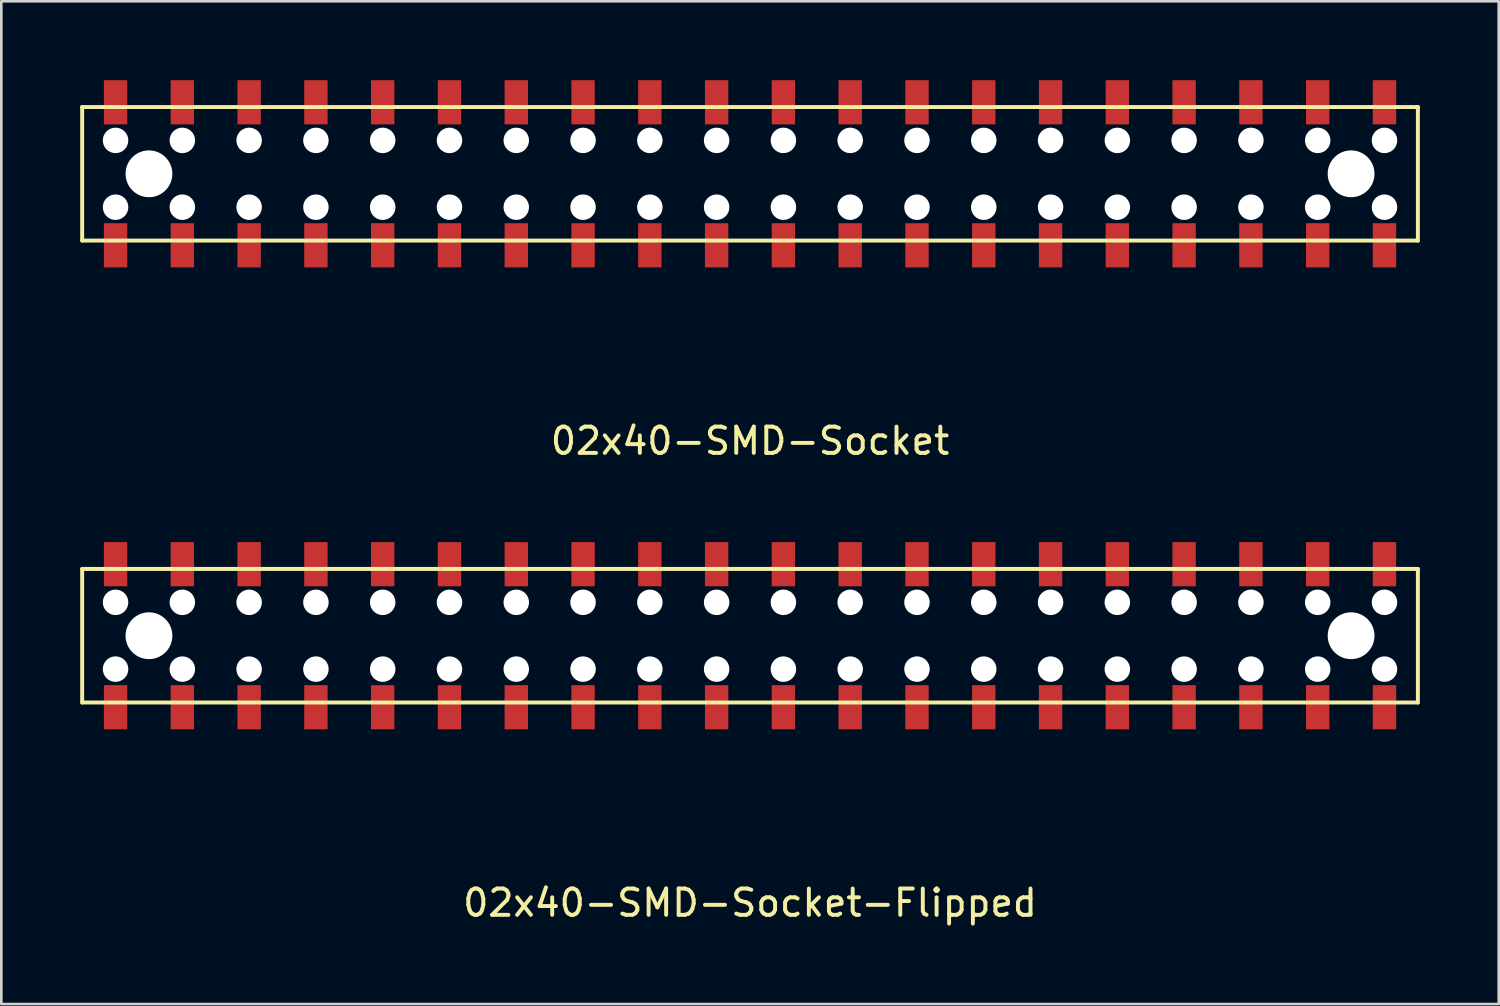
<source format=kicad_pcb>
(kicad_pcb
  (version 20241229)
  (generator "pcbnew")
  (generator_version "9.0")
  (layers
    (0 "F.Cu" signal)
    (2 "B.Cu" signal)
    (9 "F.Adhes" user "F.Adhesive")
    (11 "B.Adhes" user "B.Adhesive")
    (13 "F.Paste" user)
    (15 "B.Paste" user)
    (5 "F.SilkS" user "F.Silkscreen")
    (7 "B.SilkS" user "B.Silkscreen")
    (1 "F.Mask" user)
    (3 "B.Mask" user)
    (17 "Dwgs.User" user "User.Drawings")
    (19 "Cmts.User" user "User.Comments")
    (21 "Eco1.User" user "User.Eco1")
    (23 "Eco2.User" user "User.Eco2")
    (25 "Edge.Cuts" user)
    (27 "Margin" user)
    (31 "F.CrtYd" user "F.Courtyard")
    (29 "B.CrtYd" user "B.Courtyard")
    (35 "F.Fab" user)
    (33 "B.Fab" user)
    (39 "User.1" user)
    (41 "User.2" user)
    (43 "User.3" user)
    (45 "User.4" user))
  (footprint "02x40-SMD-Socket-Flipped"
    (layer "F.Cu")
    (at 25.475 21.128)
    (property "Reference" "02x40-SMD-Socket-Flipped" (at 0 10.16 0) (layer "F.SilkS") (effects (font (size 1 1) (thickness 0.15))))
    (attr through_hole)
    (fp_line (start -25.4 -2.54) (end -25.4 2.54) (stroke (width 0.15) (type solid)) (layer "F.SilkS"))
    (fp_line (start -25.4 -2.54) (end 25.4 -2.54) (stroke (width 0.15) (type solid)) (layer "F.SilkS"))
    (fp_line (start 25.4 2.54) (end -25.4 2.54) (stroke (width 0.15) (type solid)) (layer "F.SilkS"))
    (fp_line (start 25.4 2.54) (end 25.4 -2.54) (stroke (width 0.15) (type solid)) (layer "F.SilkS"))
    (pad "" np_thru_hole circle (at -24.13 -1.27) (size 0.97 0.97) (drill 0.97) (layers "*.Cu" "*.Mask"))
    (pad "" np_thru_hole circle (at -24.13 1.27) (size 0.97 0.97) (drill 0.97) (layers "*.Cu" "*.Mask"))
    (pad "" np_thru_hole circle (at -22.86 0) (size 1.78 1.78) (drill 1.78) (layers "*.Cu" "*.Mask"))
    (pad "" np_thru_hole circle (at -21.59 -1.27) (size 0.97 0.97) (drill 0.97) (layers "*.Cu" "*.Mask"))
    (pad "" np_thru_hole circle (at -21.59 1.27) (size 0.97 0.97) (drill 0.97) (layers "*.Cu" "*.Mask"))
    (pad "" np_thru_hole circle (at -19.05 -1.27) (size 0.97 0.97) (drill 0.97) (layers "*.Cu" "*.Mask"))
    (pad "" np_thru_hole circle (at -19.05 1.27) (size 0.97 0.97) (drill 0.97) (layers "*.Cu" "*.Mask"))
    (pad "" np_thru_hole circle (at -16.51 -1.27) (size 0.97 0.97) (drill 0.97) (layers "*.Cu" "*.Mask"))
    (pad "" np_thru_hole circle (at -16.51 1.27) (size 0.97 0.97) (drill 0.97) (layers "*.Cu" "*.Mask"))
    (pad "" np_thru_hole circle (at -13.97 -1.27) (size 0.97 0.97) (drill 0.97) (layers "*.Cu" "*.Mask"))
    (pad "" np_thru_hole circle (at -13.97 1.27) (size 0.97 0.97) (drill 0.97) (layers "*.Cu" "*.Mask"))
    (pad "" np_thru_hole circle (at -11.43 -1.27) (size 0.97 0.97) (drill 0.97) (layers "*.Cu" "*.Mask"))
    (pad "" np_thru_hole circle (at -11.43 1.27) (size 0.97 0.97) (drill 0.97) (layers "*.Cu" "*.Mask"))
    (pad "" np_thru_hole circle (at -8.89 -1.27) (size 0.97 0.97) (drill 0.97) (layers "*.Cu" "*.Mask"))
    (pad "" np_thru_hole circle (at -8.89 1.27) (size 0.97 0.97) (drill 0.97) (layers "*.Cu" "*.Mask"))
    (pad "" np_thru_hole circle (at -6.35 -1.27) (size 0.97 0.97) (drill 0.97) (layers "*.Cu" "*.Mask"))
    (pad "" np_thru_hole circle (at -6.35 1.27) (size 0.97 0.97) (drill 0.97) (layers "*.Cu" "*.Mask"))
    (pad "" np_thru_hole circle (at -3.81 -1.27) (size 0.97 0.97) (drill 0.97) (layers "*.Cu" "*.Mask"))
    (pad "" np_thru_hole circle (at -3.81 1.27) (size 0.97 0.97) (drill 0.97) (layers "*.Cu" "*.Mask"))
    (pad "" np_thru_hole circle (at -1.27 -1.27) (size 0.97 0.97) (drill 0.97) (layers "*.Cu" "*.Mask"))
    (pad "" np_thru_hole circle (at -1.27 1.27) (size 0.97 0.97) (drill 0.97) (layers "*.Cu" "*.Mask"))
    (pad "" np_thru_hole circle (at 1.27 -1.27) (size 0.97 0.97) (drill 0.97) (layers "*.Cu" "*.Mask"))
    (pad "" np_thru_hole circle (at 1.27 1.27) (size 0.97 0.97) (drill 0.97) (layers "*.Cu" "*.Mask"))
    (pad "" np_thru_hole circle (at 3.81 -1.27) (size 0.97 0.97) (drill 0.97) (layers "*.Cu" "*.Mask"))
    (pad "" np_thru_hole circle (at 3.81 1.27) (size 0.97 0.97) (drill 0.97) (layers "*.Cu" "*.Mask"))
    (pad "" np_thru_hole circle (at 6.35 -1.27) (size 0.97 0.97) (drill 0.97) (layers "*.Cu" "*.Mask"))
    (pad "" np_thru_hole circle (at 6.35 1.27) (size 0.97 0.97) (drill 0.97) (layers "*.Cu" "*.Mask"))
    (pad "" np_thru_hole circle (at 8.89 -1.27) (size 0.97 0.97) (drill 0.97) (layers "*.Cu" "*.Mask"))
    (pad "" np_thru_hole circle (at 8.89 1.27) (size 0.97 0.97) (drill 0.97) (layers "*.Cu" "*.Mask"))
    (pad "" np_thru_hole circle (at 11.43 -1.27) (size 0.97 0.97) (drill 0.97) (layers "*.Cu" "*.Mask"))
    (pad "" np_thru_hole circle (at 11.43 1.27) (size 0.97 0.97) (drill 0.97) (layers "*.Cu" "*.Mask"))
    (pad "" np_thru_hole circle (at 13.97 -1.27) (size 0.97 0.97) (drill 0.97) (layers "*.Cu" "*.Mask"))
    (pad "" np_thru_hole circle (at 13.97 1.27) (size 0.97 0.97) (drill 0.97) (layers "*.Cu" "*.Mask"))
    (pad "" np_thru_hole circle (at 16.51 -1.27) (size 0.97 0.97) (drill 0.97) (layers "*.Cu" "*.Mask"))
    (pad "" np_thru_hole circle (at 16.51 1.27) (size 0.97 0.97) (drill 0.97) (layers "*.Cu" "*.Mask"))
    (pad "" np_thru_hole circle (at 19.05 -1.27) (size 0.97 0.97) (drill 0.97) (layers "*.Cu" "*.Mask"))
    (pad "" np_thru_hole circle (at 19.05 1.27) (size 0.97 0.97) (drill 0.97) (layers "*.Cu" "*.Mask"))
    (pad "" np_thru_hole circle (at 21.59 -1.27) (size 0.97 0.97) (drill 0.97) (layers "*.Cu" "*.Mask"))
    (pad "" np_thru_hole circle (at 21.59 1.27) (size 0.97 0.97) (drill 0.97) (layers "*.Cu" "*.Mask"))
    (pad "" np_thru_hole circle (at 22.86 0) (size 1.78 1.78) (drill 1.78) (layers "*.Cu" "*.Mask"))
    (pad "" np_thru_hole circle (at 24.13 -1.27) (size 0.97 0.97) (drill 0.97) (layers "*.Cu" "*.Mask"))
    (pad "" np_thru_hole circle (at 24.13 1.27) (size 0.97 0.97) (drill 0.97) (layers "*.Cu" "*.Mask"))
    (pad "1" smd rect (at -24.13 -2.72) (size 0.889 1.68) (layers "F.Cu" "F.Mask" "F.Paste"))
    (pad "2" smd rect (at -24.13 2.72) (size 0.889 1.68) (layers "F.Cu" "F.Mask" "F.Paste"))
    (pad "3" smd rect (at -21.59 -2.72) (size 0.889 1.68) (layers "F.Cu" "F.Mask" "F.Paste"))
    (pad "4" smd rect (at -21.59 2.72) (size 0.889 1.68) (layers "F.Cu" "F.Mask" "F.Paste"))
    (pad "5" smd rect (at -19.05 -2.72) (size 0.889 1.68) (layers "F.Cu" "F.Mask" "F.Paste"))
    (pad "6" smd rect (at -19.05 2.72) (size 0.889 1.68) (layers "F.Cu" "F.Mask" "F.Paste"))
    (pad "7" smd rect (at -16.51 -2.72) (size 0.889 1.68) (layers "F.Cu" "F.Mask" "F.Paste"))
    (pad "8" smd rect (at -16.51 2.72) (size 0.889 1.68) (layers "F.Cu" "F.Mask" "F.Paste"))
    (pad "9" smd rect (at -13.97 -2.72) (size 0.889 1.68) (layers "F.Cu" "F.Mask" "F.Paste"))
    (pad "10" smd rect (at -13.97 2.72) (size 0.889 1.68) (layers "F.Cu" "F.Mask" "F.Paste"))
    (pad "11" smd rect (at -11.43 -2.72) (size 0.889 1.68) (layers "F.Cu" "F.Mask" "F.Paste"))
    (pad "12" smd rect (at -11.43 2.72) (size 0.889 1.68) (layers "F.Cu" "F.Mask" "F.Paste"))
    (pad "13" smd rect (at -8.89 -2.72) (size 0.889 1.68) (layers "F.Cu" "F.Mask" "F.Paste"))
    (pad "14" smd rect (at -8.89 2.72) (size 0.889 1.68) (layers "F.Cu" "F.Mask" "F.Paste"))
    (pad "15" smd rect (at -6.35 -2.72) (size 0.889 1.68) (layers "F.Cu" "F.Mask" "F.Paste"))
    (pad "16" smd rect (at -6.35 2.72) (size 0.889 1.68) (layers "F.Cu" "F.Mask" "F.Paste"))
    (pad "17" smd rect (at -3.81 -2.72) (size 0.889 1.68) (layers "F.Cu" "F.Mask" "F.Paste"))
    (pad "18" smd rect (at -3.81 2.72) (size 0.889 1.68) (layers "F.Cu" "F.Mask" "F.Paste"))
    (pad "19" smd rect (at -1.27 -2.72) (size 0.889 1.68) (layers "F.Cu" "F.Mask" "F.Paste"))
    (pad "20" smd rect (at -1.27 2.72) (size 0.889 1.68) (layers "F.Cu" "F.Mask" "F.Paste"))
    (pad "21" smd rect (at 1.27 -2.72) (size 0.889 1.68) (layers "F.Cu" "F.Mask" "F.Paste"))
    (pad "22" smd rect (at 1.27 2.72) (size 0.889 1.68) (layers "F.Cu" "F.Mask" "F.Paste"))
    (pad "23" smd rect (at 3.81 -2.72) (size 0.889 1.68) (layers "F.Cu" "F.Mask" "F.Paste"))
    (pad "24" smd rect (at 3.81 2.72) (size 0.889 1.68) (layers "F.Cu" "F.Mask" "F.Paste"))
    (pad "25" smd rect (at 6.35 -2.72) (size 0.889 1.68) (layers "F.Cu" "F.Mask" "F.Paste"))
    (pad "26" smd rect (at 6.35 2.72) (size 0.889 1.68) (layers "F.Cu" "F.Mask" "F.Paste"))
    (pad "27" smd rect (at 8.89 -2.72) (size 0.889 1.68) (layers "F.Cu" "F.Mask" "F.Paste"))
    (pad "28" smd rect (at 8.89 2.72) (size 0.889 1.68) (layers "F.Cu" "F.Mask" "F.Paste"))
    (pad "29" smd rect (at 11.43 -2.72) (size 0.889 1.68) (layers "F.Cu" "F.Mask" "F.Paste"))
    (pad "30" smd rect (at 11.43 2.72) (size 0.889 1.68) (layers "F.Cu" "F.Mask" "F.Paste"))
    (pad "31" smd rect (at 13.97 -2.72) (size 0.889 1.68) (layers "F.Cu" "F.Mask" "F.Paste"))
    (pad "32" smd rect (at 13.97 2.72) (size 0.889 1.68) (layers "F.Cu" "F.Mask" "F.Paste"))
    (pad "33" smd rect (at 16.51 -2.72) (size 0.889 1.68) (layers "F.Cu" "F.Mask" "F.Paste"))
    (pad "34" smd rect (at 16.51 2.72) (size 0.889 1.68) (layers "F.Cu" "F.Mask" "F.Paste"))
    (pad "35" smd rect (at 19.05 -2.72) (size 0.889 1.68) (layers "F.Cu" "F.Mask" "F.Paste"))
    (pad "36" smd rect (at 19.05 2.72) (size 0.889 1.68) (layers "F.Cu" "F.Mask" "F.Paste"))
    (pad "37" smd rect (at 21.59 -2.72) (size 0.889 1.68) (layers "F.Cu" "F.Mask" "F.Paste"))
    (pad "38" smd rect (at 21.59 2.72) (size 0.889 1.68) (layers "F.Cu" "F.Mask" "F.Paste"))
    (pad "39" smd rect (at 24.13 -2.72) (size 0.889 1.68) (layers "F.Cu" "F.Mask" "F.Paste"))
    (pad "40" smd rect (at 24.13 2.72) (size 0.889 1.68) (layers "F.Cu" "F.Mask" "F.Paste")))
  (footprint "02x40-SMD-Socket"
    (layer "F.Cu")
    (at 25.475 3.56)
    (property "Reference" "02x40-SMD-Socket" (at 0 10.16 0) (layer "F.SilkS") (effects (font (size 1 1) (thickness 0.15))))
    (attr through_hole)
    (fp_line (start -25.4 -2.54) (end -25.4 2.54) (stroke (width 0.15) (type solid)) (layer "F.SilkS"))
    (fp_line (start -25.4 2.54) (end 25.4 2.54) (stroke (width 0.15) (type solid)) (layer "F.SilkS"))
    (fp_line (start 25.4 -2.54) (end -25.4 -2.54) (stroke (width 0.15) (type solid)) (layer "F.SilkS"))
    (fp_line (start 25.4 2.54) (end 25.4 -2.54) (stroke (width 0.15) (type solid)) (layer "F.SilkS"))
    (pad "" np_thru_hole circle (at -24.13 -1.27) (size 0.97 0.97) (drill 0.97) (layers "*.Cu" "*.Mask"))
    (pad "" np_thru_hole circle (at -24.13 1.27) (size 0.97 0.97) (drill 0.97) (layers "*.Cu" "*.Mask"))
    (pad "" np_thru_hole circle (at -22.86 0) (size 1.78 1.78) (drill 1.78) (layers "*.Cu" "*.Mask"))
    (pad "" np_thru_hole circle (at -21.59 -1.27) (size 0.97 0.97) (drill 0.97) (layers "*.Cu" "*.Mask"))
    (pad "" np_thru_hole circle (at -21.59 1.27) (size 0.97 0.97) (drill 0.97) (layers "*.Cu" "*.Mask"))
    (pad "" np_thru_hole circle (at -19.05 -1.27) (size 0.97 0.97) (drill 0.97) (layers "*.Cu" "*.Mask"))
    (pad "" np_thru_hole circle (at -19.05 1.27) (size 0.97 0.97) (drill 0.97) (layers "*.Cu" "*.Mask"))
    (pad "" np_thru_hole circle (at -16.51 -1.27) (size 0.97 0.97) (drill 0.97) (layers "*.Cu" "*.Mask"))
    (pad "" np_thru_hole circle (at -16.51 1.27) (size 0.97 0.97) (drill 0.97) (layers "*.Cu" "*.Mask"))
    (pad "" np_thru_hole circle (at -13.97 -1.27) (size 0.97 0.97) (drill 0.97) (layers "*.Cu" "*.Mask"))
    (pad "" np_thru_hole circle (at -13.97 1.27) (size 0.97 0.97) (drill 0.97) (layers "*.Cu" "*.Mask"))
    (pad "" np_thru_hole circle (at -11.43 -1.27) (size 0.97 0.97) (drill 0.97) (layers "*.Cu" "*.Mask"))
    (pad "" np_thru_hole circle (at -11.43 1.27) (size 0.97 0.97) (drill 0.97) (layers "*.Cu" "*.Mask"))
    (pad "" np_thru_hole circle (at -8.89 -1.27) (size 0.97 0.97) (drill 0.97) (layers "*.Cu" "*.Mask"))
    (pad "" np_thru_hole circle (at -8.89 1.27) (size 0.97 0.97) (drill 0.97) (layers "*.Cu" "*.Mask"))
    (pad "" np_thru_hole circle (at -6.35 -1.27) (size 0.97 0.97) (drill 0.97) (layers "*.Cu" "*.Mask"))
    (pad "" np_thru_hole circle (at -6.35 1.27) (size 0.97 0.97) (drill 0.97) (layers "*.Cu" "*.Mask"))
    (pad "" np_thru_hole circle (at -3.81 -1.27) (size 0.97 0.97) (drill 0.97) (layers "*.Cu" "*.Mask"))
    (pad "" np_thru_hole circle (at -3.81 1.27) (size 0.97 0.97) (drill 0.97) (layers "*.Cu" "*.Mask"))
    (pad "" np_thru_hole circle (at -1.27 -1.27) (size 0.97 0.97) (drill 0.97) (layers "*.Cu" "*.Mask"))
    (pad "" np_thru_hole circle (at -1.27 1.27) (size 0.97 0.97) (drill 0.97) (layers "*.Cu" "*.Mask"))
    (pad "" np_thru_hole circle (at 1.27 -1.27) (size 0.97 0.97) (drill 0.97) (layers "*.Cu" "*.Mask"))
    (pad "" np_thru_hole circle (at 1.27 1.27) (size 0.97 0.97) (drill 0.97) (layers "*.Cu" "*.Mask"))
    (pad "" np_thru_hole circle (at 3.81 -1.27) (size 0.97 0.97) (drill 0.97) (layers "*.Cu" "*.Mask"))
    (pad "" np_thru_hole circle (at 3.81 1.27) (size 0.97 0.97) (drill 0.97) (layers "*.Cu" "*.Mask"))
    (pad "" np_thru_hole circle (at 6.35 -1.27) (size 0.97 0.97) (drill 0.97) (layers "*.Cu" "*.Mask"))
    (pad "" np_thru_hole circle (at 6.35 1.27) (size 0.97 0.97) (drill 0.97) (layers "*.Cu" "*.Mask"))
    (pad "" np_thru_hole circle (at 8.89 -1.27) (size 0.97 0.97) (drill 0.97) (layers "*.Cu" "*.Mask"))
    (pad "" np_thru_hole circle (at 8.89 1.27) (size 0.97 0.97) (drill 0.97) (layers "*.Cu" "*.Mask"))
    (pad "" np_thru_hole circle (at 11.43 -1.27) (size 0.97 0.97) (drill 0.97) (layers "*.Cu" "*.Mask"))
    (pad "" np_thru_hole circle (at 11.43 1.27) (size 0.97 0.97) (drill 0.97) (layers "*.Cu" "*.Mask"))
    (pad "" np_thru_hole circle (at 13.97 -1.27) (size 0.97 0.97) (drill 0.97) (layers "*.Cu" "*.Mask"))
    (pad "" np_thru_hole circle (at 13.97 1.27) (size 0.97 0.97) (drill 0.97) (layers "*.Cu" "*.Mask"))
    (pad "" np_thru_hole circle (at 16.51 -1.27) (size 0.97 0.97) (drill 0.97) (layers "*.Cu" "*.Mask"))
    (pad "" np_thru_hole circle (at 16.51 1.27) (size 0.97 0.97) (drill 0.97) (layers "*.Cu" "*.Mask"))
    (pad "" np_thru_hole circle (at 19.05 -1.27) (size 0.97 0.97) (drill 0.97) (layers "*.Cu" "*.Mask"))
    (pad "" np_thru_hole circle (at 19.05 1.27) (size 0.97 0.97) (drill 0.97) (layers "*.Cu" "*.Mask"))
    (pad "" np_thru_hole circle (at 21.59 -1.27) (size 0.97 0.97) (drill 0.97) (layers "*.Cu" "*.Mask"))
    (pad "" np_thru_hole circle (at 21.59 1.27) (size 0.97 0.97) (drill 0.97) (layers "*.Cu" "*.Mask"))
    (pad "" np_thru_hole circle (at 22.86 0) (size 1.78 1.78) (drill 1.78) (layers "*.Cu" "*.Mask"))
    (pad "" np_thru_hole circle (at 24.13 -1.27) (size 0.97 0.97) (drill 0.97) (layers "*.Cu" "*.Mask"))
    (pad "" np_thru_hole circle (at 24.13 1.27) (size 0.97 0.97) (drill 0.97) (layers "*.Cu" "*.Mask"))
    (pad "1" smd rect (at -24.13 2.72) (size 0.889 1.68) (layers "F.Cu" "F.Mask" "F.Paste"))
    (pad "2" smd rect (at -24.13 -2.72) (size 0.889 1.68) (layers "F.Cu" "F.Mask" "F.Paste"))
    (pad "3" smd rect (at -21.59 2.72) (size 0.889 1.68) (layers "F.Cu" "F.Mask" "F.Paste"))
    (pad "4" smd rect (at -21.59 -2.72) (size 0.889 1.68) (layers "F.Cu" "F.Mask" "F.Paste"))
    (pad "5" smd rect (at -19.05 2.72) (size 0.889 1.68) (layers "F.Cu" "F.Mask" "F.Paste"))
    (pad "6" smd rect (at -19.05 -2.72) (size 0.889 1.68) (layers "F.Cu" "F.Mask" "F.Paste"))
    (pad "7" smd rect (at -16.51 2.72) (size 0.889 1.68) (layers "F.Cu" "F.Mask" "F.Paste"))
    (pad "8" smd rect (at -16.51 -2.72) (size 0.889 1.68) (layers "F.Cu" "F.Mask" "F.Paste"))
    (pad "9" smd rect (at -13.97 2.72) (size 0.889 1.68) (layers "F.Cu" "F.Mask" "F.Paste"))
    (pad "10" smd rect (at -13.97 -2.72) (size 0.889 1.68) (layers "F.Cu" "F.Mask" "F.Paste"))
    (pad "11" smd rect (at -11.43 2.72) (size 0.889 1.68) (layers "F.Cu" "F.Mask" "F.Paste"))
    (pad "12" smd rect (at -11.43 -2.72) (size 0.889 1.68) (layers "F.Cu" "F.Mask" "F.Paste"))
    (pad "13" smd rect (at -8.89 2.72) (size 0.889 1.68) (layers "F.Cu" "F.Mask" "F.Paste"))
    (pad "14" smd rect (at -8.89 -2.72) (size 0.889 1.68) (layers "F.Cu" "F.Mask" "F.Paste"))
    (pad "15" smd rect (at -6.35 2.72) (size 0.889 1.68) (layers "F.Cu" "F.Mask" "F.Paste"))
    (pad "16" smd rect (at -6.35 -2.72) (size 0.889 1.68) (layers "F.Cu" "F.Mask" "F.Paste"))
    (pad "17" smd rect (at -3.81 2.72) (size 0.889 1.68) (layers "F.Cu" "F.Mask" "F.Paste"))
    (pad "18" smd rect (at -3.81 -2.72) (size 0.889 1.68) (layers "F.Cu" "F.Mask" "F.Paste"))
    (pad "19" smd rect (at -1.27 2.72) (size 0.889 1.68) (layers "F.Cu" "F.Mask" "F.Paste"))
    (pad "20" smd rect (at -1.27 -2.72) (size 0.889 1.68) (layers "F.Cu" "F.Mask" "F.Paste"))
    (pad "21" smd rect (at 1.27 2.72) (size 0.889 1.68) (layers "F.Cu" "F.Mask" "F.Paste"))
    (pad "22" smd rect (at 1.27 -2.72) (size 0.889 1.68) (layers "F.Cu" "F.Mask" "F.Paste"))
    (pad "23" smd rect (at 3.81 2.72) (size 0.889 1.68) (layers "F.Cu" "F.Mask" "F.Paste"))
    (pad "24" smd rect (at 3.81 -2.72) (size 0.889 1.68) (layers "F.Cu" "F.Mask" "F.Paste"))
    (pad "25" smd rect (at 6.35 2.72) (size 0.889 1.68) (layers "F.Cu" "F.Mask" "F.Paste"))
    (pad "26" smd rect (at 6.35 -2.72) (size 0.889 1.68) (layers "F.Cu" "F.Mask" "F.Paste"))
    (pad "27" smd rect (at 8.89 2.72) (size 0.889 1.68) (layers "F.Cu" "F.Mask" "F.Paste"))
    (pad "28" smd rect (at 8.89 -2.72) (size 0.889 1.68) (layers "F.Cu" "F.Mask" "F.Paste"))
    (pad "29" smd rect (at 11.43 2.72) (size 0.889 1.68) (layers "F.Cu" "F.Mask" "F.Paste"))
    (pad "30" smd rect (at 11.43 -2.72) (size 0.889 1.68) (layers "F.Cu" "F.Mask" "F.Paste"))
    (pad "31" smd rect (at 13.97 2.72) (size 0.889 1.68) (layers "F.Cu" "F.Mask" "F.Paste"))
    (pad "32" smd rect (at 13.97 -2.72) (size 0.889 1.68) (layers "F.Cu" "F.Mask" "F.Paste"))
    (pad "33" smd rect (at 16.51 2.72) (size 0.889 1.68) (layers "F.Cu" "F.Mask" "F.Paste"))
    (pad "34" smd rect (at 16.51 -2.72) (size 0.889 1.68) (layers "F.Cu" "F.Mask" "F.Paste"))
    (pad "35" smd rect (at 19.05 2.72) (size 0.889 1.68) (layers "F.Cu" "F.Mask" "F.Paste"))
    (pad "36" smd rect (at 19.05 -2.72) (size 0.889 1.68) (layers "F.Cu" "F.Mask" "F.Paste"))
    (pad "37" smd rect (at 21.59 2.72) (size 0.889 1.68) (layers "F.Cu" "F.Mask" "F.Paste"))
    (pad "38" smd rect (at 21.59 -2.72) (size 0.889 1.68) (layers "F.Cu" "F.Mask" "F.Paste"))
    (pad "39" smd rect (at 24.13 2.72) (size 0.889 1.68) (layers "F.Cu" "F.Mask" "F.Paste"))
    (pad "40" smd rect (at 24.13 -2.72) (size 0.889 1.68) (layers "F.Cu" "F.Mask" "F.Paste")))
  (gr_rect
    (start -3 -3)
    (end 53.95 35.136)
    (stroke (width 0.1) (type default))
    (fill no)
    (layer "Edge.Cuts")))
</source>
